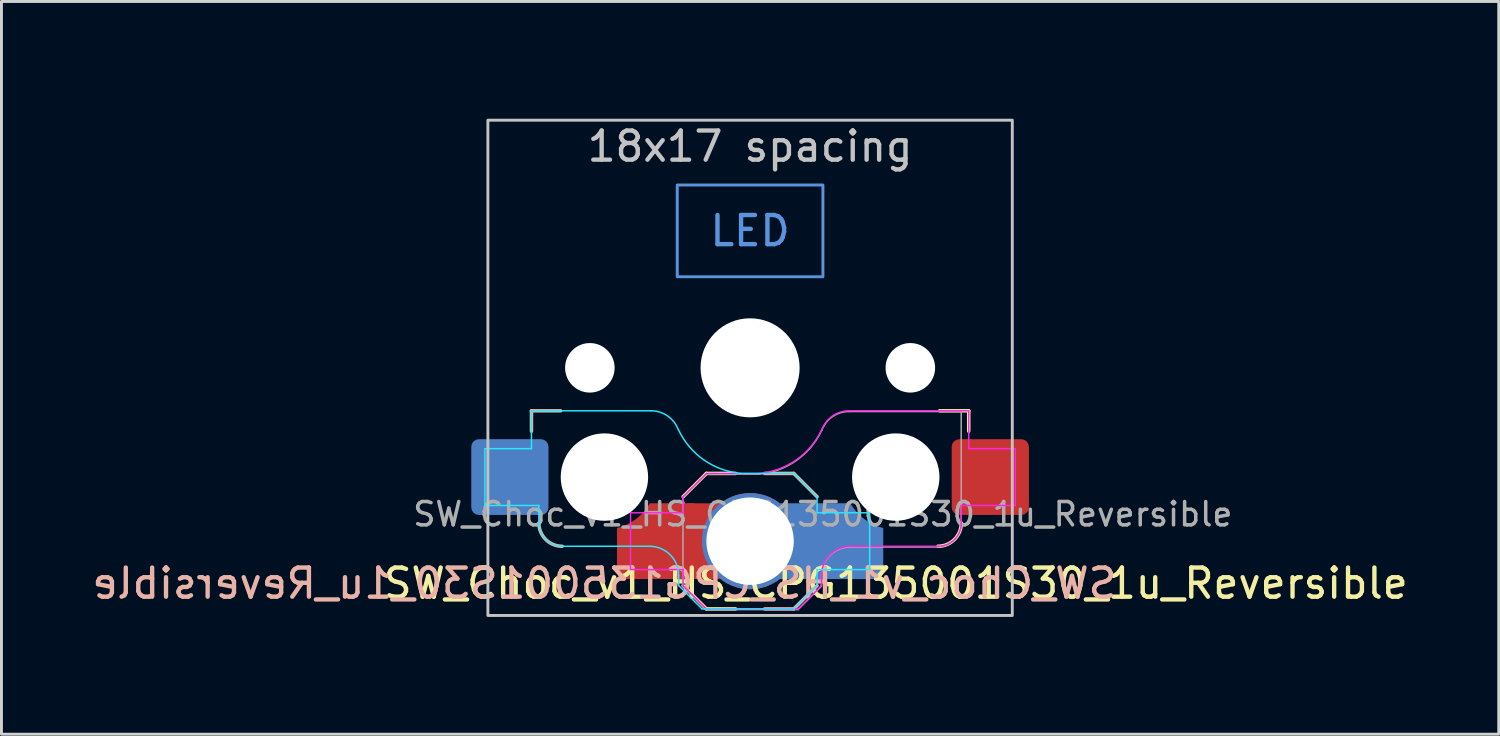
<source format=kicad_pcb>
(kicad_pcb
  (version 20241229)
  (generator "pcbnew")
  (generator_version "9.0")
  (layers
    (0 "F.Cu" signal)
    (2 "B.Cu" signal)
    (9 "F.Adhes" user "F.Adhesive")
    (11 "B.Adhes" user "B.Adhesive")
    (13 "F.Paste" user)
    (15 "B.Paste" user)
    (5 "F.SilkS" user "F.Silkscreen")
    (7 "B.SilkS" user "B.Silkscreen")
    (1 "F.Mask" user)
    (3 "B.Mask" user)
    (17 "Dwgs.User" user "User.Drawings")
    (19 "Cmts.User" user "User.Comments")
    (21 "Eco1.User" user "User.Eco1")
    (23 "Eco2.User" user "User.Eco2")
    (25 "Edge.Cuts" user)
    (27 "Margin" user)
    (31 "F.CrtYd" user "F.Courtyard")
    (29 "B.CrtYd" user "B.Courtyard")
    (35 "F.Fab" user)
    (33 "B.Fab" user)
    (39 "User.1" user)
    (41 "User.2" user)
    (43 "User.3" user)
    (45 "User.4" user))
  (footprint "SW_Choc_v1_HS_CPG135001S30_1u_Reversible"
    (layer "F.Cu")
    (at 22.696 9.575)
    (property "Reference" "SW_Choc_v1_HS_CPG135001S30_1u_Reversible" (at 5 7.4 180) (layer "F.SilkS") (effects (font (size 1 1) (thickness 0.15))))
    (attr smd)
    (fp_line (start -2.3 7.475) (end -1.5 8.275) (stroke (width 0.12) (type solid)) (layer "F.SilkS"))
    (fp_line (start -1.5 3.625) (end -2.3 4.425) (stroke (width 0.12) (type solid)) (layer "F.SilkS"))
    (fp_line (start -1.5 3.625) (end -0.5 3.625) (stroke (width 0.12) (type solid)) (layer "F.SilkS"))
    (fp_line (start -1.5 8.275) (end -0.5 8.275) (stroke (width 0.12) (type solid)) (layer "F.SilkS"))
    (fp_line (start 7.504 1.475) (end 6.504 1.475) (stroke (width 0.12) (type solid)) (layer "F.SilkS"))
    (fp_line (start 7.504 1.475) (end 7.504 2.175) (stroke (width 0.12) (type solid)) (layer "F.SilkS"))
    (fp_arc (start 7.25 5.325) (mid 7.015685 5.890685) (end 6.45 6.125) (stroke (width 0.12) (type solid)) (layer "F.SilkS"))
    (fp_line (start -7.504 1.475) (end -7.504 2.175) (stroke (width 0.12) (type solid)) (layer "B.SilkS"))
    (fp_line (start -7.504 1.475) (end -6.504 1.475) (stroke (width 0.12) (type solid)) (layer "B.SilkS"))
    (fp_line (start 1.5 3.625) (end 0.5 3.625) (stroke (width 0.12) (type solid)) (layer "B.SilkS"))
    (fp_line (start 1.5 3.625) (end 2.3 4.425) (stroke (width 0.12) (type solid)) (layer "B.SilkS"))
    (fp_line (start 1.5 8.275) (end 0.5 8.275) (stroke (width 0.12) (type solid)) (layer "B.SilkS"))
    (fp_line (start 2.3 7.475) (end 1.5 8.275) (stroke (width 0.12) (type solid)) (layer "B.SilkS"))
    (fp_arc (start -6.45 6.125) (mid -7.015685 5.890685) (end -7.25 5.325) (stroke (width 0.12) (type solid)) (layer "B.SilkS"))
    (fp_rect (start -9 -8.5) (end 9 8.5) (stroke (width 0.1) (type default)) (fill no) (layer "Dwgs.User"))
    (fp_rect (start -2.5 -6.275) (end 2.5 -3.125) (stroke (width 0.1) (type default)) (fill no) (layer "Cmts.User"))
    (fp_rect (start -9.525 -9.525) (end 9.525 9.525) (stroke (width 0.1) (type default)) (fill no) (layer "Eco1.User"))
    (fp_line (start -6.95 -6.45) (end -6.95 6.45) (stroke (width 0.05) (type solid)) (layer "Eco2.User"))
    (fp_line (start -6.45 6.95) (end 6.45 6.95) (stroke (width 0.05) (type solid)) (layer "Eco2.User"))
    (fp_line (start 6.45 -6.95) (end -6.45 -6.95) (stroke (width 0.05) (type solid)) (layer "Eco2.User"))
    (fp_line (start 6.95 6.45) (end 6.95 -6.45) (stroke (width 0.05) (type solid)) (layer "Eco2.User"))
    (fp_arc (start -6.95 -6.45) (mid -6.803553 -6.803553) (end -6.45 -6.95) (stroke (width 0.05) (type solid)) (layer "Eco2.User"))
    (fp_arc (start -6.45 6.95) (mid -6.803553 6.803553) (end -6.95 6.45) (stroke (width 0.05) (type solid)) (layer "Eco2.User"))
    (fp_arc (start 6.45 -6.95) (mid 6.803553 -6.803553) (end 6.95 -6.45) (stroke (width 0.05) (type solid)) (layer "Eco2.User"))
    (fp_arc (start 6.95 6.45) (mid 6.803553 6.803553) (end 6.45 6.95) (stroke (width 0.05) (type solid)) (layer "Eco2.User"))
    (fp_line (start -9.104 2.775) (end -7.504 2.775) (stroke (width 0.05) (type solid)) (layer "B.CrtYd"))
    (fp_line (start -9.104 4.725) (end -9.104 2.775) (stroke (width 0.05) (type solid)) (layer "B.CrtYd"))
    (fp_line (start -7.504 1.475) (end -7.504 2.175) (stroke (width 0.05) (type solid)) (layer "B.CrtYd"))
    (fp_line (start -7.504 1.475) (end -3.4 1.475) (stroke (width 0.05) (type solid)) (layer "B.CrtYd"))
    (fp_line (start -7.504 2.175) (end -7.504 2.775) (stroke (width 0.05) (type solid)) (layer "B.CrtYd"))
    (fp_line (start -7.25 4.725) (end -9.104 4.725) (stroke (width 0.05) (type solid)) (layer "B.CrtYd"))
    (fp_line (start -7.25 5.325) (end -7.25 4.725) (stroke (width 0.05) (type solid)) (layer "B.CrtYd"))
    (fp_line (start -3.45 6.125) (end -6.45 6.125) (stroke (width 0.05) (type solid)) (layer "B.CrtYd"))
    (fp_line (start -2.45 7.475) (end -2.45 7.125) (stroke (width 0.05) (type solid)) (layer "B.CrtYd"))
    (fp_line (start -2.45 7.475) (end -1.65 8.275) (stroke (width 0.05) (type solid)) (layer "B.CrtYd"))
    (fp_line (start 1.5 3.625) (end -0.3 3.625) (stroke (width 0.05) (type solid)) (layer "B.CrtYd"))
    (fp_line (start 1.5 3.625) (end 2.3 4.425) (stroke (width 0.05) (type solid)) (layer "B.CrtYd"))
    (fp_line (start 1.5 8.275) (end -1.65 8.275) (stroke (width 0.05) (type solid)) (layer "B.CrtYd"))
    (fp_line (start 2.3 4.975) (end 2.3 4.425) (stroke (width 0.05) (type solid)) (layer "B.CrtYd"))
    (fp_line (start 2.3 7.475) (end 1.5 8.275) (stroke (width 0.05) (type solid)) (layer "B.CrtYd"))
    (fp_line (start 2.3 7.475) (end 2.3 6.925) (stroke (width 0.05) (type solid)) (layer "B.CrtYd"))
    (fp_line (start 4.104 4.975) (end 2.3 4.975) (stroke (width 0.05) (type solid)) (layer "B.CrtYd"))
    (fp_line (start 4.104 4.975) (end 4.104 6.925) (stroke (width 0.05) (type solid)) (layer "B.CrtYd"))
    (fp_line (start 4.104 6.925) (end 2.3 6.925) (stroke (width 0.05) (type solid)) (layer "B.CrtYd"))
    (fp_arc (start -6.45 6.125) (mid -7.015685 5.890685) (end -7.25 5.325) (stroke (width 0.05) (type solid)) (layer "B.CrtYd"))
    (fp_arc (start -3.45 6.125) (mid -2.742893 6.417893) (end -2.45 7.125) (stroke (width 0.05) (type solid)) (layer "B.CrtYd"))
    (fp_arc (start -3.4 1.475) (mid -2.826423 1.655848) (end -2.460307 2.13298) (stroke (width 0.05) (type solid)) (layer "B.CrtYd"))
    (fp_arc (start -0.299999 3.624999) (mid -1.577272 3.167235) (end -2.455444 2.13293) (stroke (width 0.05) (type solid)) (layer "B.CrtYd"))
    (fp_line (start -4.104 4.975) (end -4.104 6.925) (stroke (width 0.05) (type solid)) (layer "F.CrtYd"))
    (fp_line (start -4.104 4.975) (end -2.3 4.975) (stroke (width 0.05) (type solid)) (layer "F.CrtYd"))
    (fp_line (start -4.104 6.925) (end -2.3 6.925) (stroke (width 0.05) (type solid)) (layer "F.CrtYd"))
    (fp_line (start -2.3 4.975) (end -2.3 4.425) (stroke (width 0.05) (type solid)) (layer "F.CrtYd"))
    (fp_line (start -2.3 7.475) (end -2.3 6.925) (stroke (width 0.05) (type solid)) (layer "F.CrtYd"))
    (fp_line (start -2.3 7.475) (end -1.5 8.275) (stroke (width 0.05) (type solid)) (layer "F.CrtYd"))
    (fp_line (start -1.5 3.625) (end -2.3 4.425) (stroke (width 0.05) (type solid)) (layer "F.CrtYd"))
    (fp_line (start -1.5 3.625) (end 0.3 3.625) (stroke (width 0.05) (type solid)) (layer "F.CrtYd"))
    (fp_line (start -1.5 8.275) (end 1.65 8.275) (stroke (width 0.05) (type solid)) (layer "F.CrtYd"))
    (fp_line (start 2.45 7.475) (end 1.65 8.275) (stroke (width 0.05) (type solid)) (layer "F.CrtYd"))
    (fp_line (start 2.45 7.475) (end 2.45 7.125) (stroke (width 0.05) (type solid)) (layer "F.CrtYd"))
    (fp_line (start 3.45 6.125) (end 6.45 6.125) (stroke (width 0.05) (type solid)) (layer "F.CrtYd"))
    (fp_line (start 7.25 4.725) (end 9.104 4.725) (stroke (width 0.05) (type solid)) (layer "F.CrtYd"))
    (fp_line (start 7.25 5.325) (end 7.25 4.725) (stroke (width 0.05) (type solid)) (layer "F.CrtYd"))
    (fp_line (start 7.504 1.475) (end 3.4 1.475) (stroke (width 0.05) (type solid)) (layer "F.CrtYd"))
    (fp_line (start 7.504 1.475) (end 7.504 2.175) (stroke (width 0.05) (type solid)) (layer "F.CrtYd"))
    (fp_line (start 7.504 2.175) (end 7.504 2.775) (stroke (width 0.05) (type solid)) (layer "F.CrtYd"))
    (fp_line (start 9.104 2.775) (end 7.504 2.775) (stroke (width 0.05) (type solid)) (layer "F.CrtYd"))
    (fp_line (start 9.104 4.725) (end 9.104 2.775) (stroke (width 0.05) (type solid)) (layer "F.CrtYd"))
    (fp_arc (start 2.45 7.125) (mid 2.742893 6.417893) (end 3.45 6.125) (stroke (width 0.05) (type solid)) (layer "F.CrtYd"))
    (fp_arc (start 2.455444 2.13293) (mid 1.577272 3.167235) (end 0.299999 3.624999) (stroke (width 0.05) (type solid)) (layer "F.CrtYd"))
    (fp_arc (start 2.460307 2.13298) (mid 2.826423 1.655848) (end 3.4 1.475) (stroke (width 0.05) (type solid)) (layer "F.CrtYd"))
    (fp_arc (start 7.25 5.325) (mid 7.015685 5.890685) (end 6.45 6.125) (stroke (width 0.05) (type solid)) (layer "F.CrtYd"))
    (fp_line (start -2.304 7.5) (end -2.304 4.45) (stroke (width 0.05) (type solid)) (layer "F.Fab"))
    (fp_line (start -2.304 7.5) (end -1.504 8.3) (stroke (width 0.05) (type solid)) (layer "F.Fab"))
    (fp_line (start -1.504 3.65) (end -2.304 4.45) (stroke (width 0.05) (type solid)) (layer "F.Fab"))
    (fp_line (start -1.504 3.65) (end 0.296 3.65) (stroke (width 0.05) (type solid)) (layer "F.Fab"))
    (fp_line (start -1.504 8.3) (end 1.646 8.3) (stroke (width 0.05) (type solid)) (layer "F.Fab"))
    (fp_line (start 2.446 7.5) (end 1.646 8.3) (stroke (width 0.05) (type solid)) (layer "F.Fab"))
    (fp_line (start 2.446 7.5) (end 2.446 7.15) (stroke (width 0.05) (type solid)) (layer "F.Fab"))
    (fp_line (start 3.446 6.15) (end 6.446 6.15) (stroke (width 0.05) (type solid)) (layer "F.Fab"))
    (fp_line (start 7.246 1.5) (end 3.396 1.5) (stroke (width 0.05) (type solid)) (layer "F.Fab"))
    (fp_line (start 7.246 5.35) (end 7.246 1.5) (stroke (width 0.05) (type solid)) (layer "F.Fab"))
    (fp_arc (start 2.446 7.15) (mid 2.738893 6.442893) (end 3.446 6.15) (stroke (width 0.05) (type solid)) (layer "F.Fab"))
    (fp_arc (start 2.451444 2.15793) (mid 1.573272 3.192235) (end 0.295999 3.649999) (stroke (width 0.05) (type solid)) (layer "F.Fab"))
    (fp_arc (start 2.456307 2.15798) (mid 2.822423 1.680848) (end 3.396 1.5) (stroke (width 0.05) (type solid)) (layer "F.Fab"))
    (fp_arc (start 7.246 5.35) (mid 7.011685 5.915685) (end 6.446 6.15) (stroke (width 0.05) (type solid)) (layer "F.Fab"))
    (fp_line (start -4.57 6.99) (end -4.57 5.498) (stroke (width 0.05) (type solid)) (layer "User.4"))
    (fp_line (start -4.31 7.25) (end -1.92 7.25) (stroke (width 0.05) (type solid)) (layer "User.4"))
    (fp_line (start -1.92 4.65) (end -3.441 4.65) (stroke (width 0.05) (type solid)) (layer "User.4"))
    (fp_line (start -1.92 7.25) (end -1.92 4.65) (stroke (width 0.05) (type solid)) (layer "User.4"))
    (fp_arc (start -4.31 7.25) (mid -4.493848 7.173848) (end -4.57 6.99) (stroke (width 0.05) (type solid)) (layer "User.4"))
    (fp_arc (start -3.441155 4.65) (mid -3.727208 5.022792) (end -4.57 5.497884) (stroke (width 0.05) (type solid)) (layer "User.4"))
    (fp_text user "${REFERENCE}" (at -5 7.4 0) (unlocked yes) (layer "B.SilkS") (effects (font (size 1 1) (thickness 0.15)) (justify mirror)))
    (fp_text user "18x17 spacing" (at 0 -7.6 180) (layer "Dwgs.User") (effects (font (size 1 1) (thickness 0.15))))
    (fp_text user "LED" (at 0 -4.7 0) (unlocked yes) (layer "Cmts.User") (effects (font (size 1 1) (thickness 0.15))))
    (fp_text user "19.05 spacing" (at 0 -8.7 180) (layer "Eco1.User") (effects (font (size 1 1) (thickness 0.15))))
    (fp_text user "${REFERENCE}" (at 2.496 5.025 0) (layer "F.Fab") (effects (font (size 0.8 0.8) (thickness 0.12))))
    (pad "" np_thru_hole circle (at -5.5 0 180) (size 1.7 1.7) (drill 1.7) (layers "*.Cu" "*.Mask"))
    (pad "" np_thru_hole circle (at -5 3.75) (size 3 3) (drill 3) (layers "*.Cu" "*.Mask"))
    (pad "" np_thru_hole circle (at 0 0 180) (size 3.4 3.4) (drill 3.4) (layers "*.Cu" "*.Mask"))
    (pad "" np_thru_hole circle (at 5 3.75) (size 3 3) (drill 3) (layers "*.Cu" "*.Mask"))
    (pad "" np_thru_hole circle (at 5.5 0 180) (size 1.7 1.7) (drill 1.7) (layers "*.Cu" "*.Mask"))
    (pad "1" smd roundrect (at -8.245 3.75) (size 2.65 2.6) (layers "B.Cu" "B.Mask" "B.Paste") (roundrect_rratio 0.1))
    (pad "1" smd roundrect (at 8.245 3.75) (size 2.65 2.6) (layers "F.Cu" "F.Mask" "F.Paste") (roundrect_rratio 0.1))
    (pad "2" smd custom (at -3.245 5.95) (size 1 1) (layers "F.Cu" "F.Mask" "F.Paste") (options (anchor circle)) (primitives (gr_poly (pts (arc (start -1.325 -0.452116) (mid -0.482208 -0.927208) (end -0.196155 -1.3)) (xy 1.325 -1.3) (xy 1.325 1.3) (arc (start -1.065 1.3) (mid -1.248848 1.223848) (end -1.325 1.04))) (width 0) (fill yes))))
    (pad "2" smd rect (at -1.55 5.95 180) (size 1.2 2.6) (layers "F.Cu"))
    (pad "2" thru_hole circle (at 0 5.95) (size 3.3 3.3) (drill 3) (layers "*.Cu" "F.Mask"))
    (pad "2" smd rect (at 1.55 5.95 180) (size 1.2 2.6) (layers "B.Cu"))
    (pad "2" smd custom (at 3.245 5.95) (size 1 1) (layers "B.Cu" "B.Mask" "B.Paste") (options (anchor circle)) (primitives (gr_poly (pts (arc (start 1.325 -0.452116) (mid 0.482208 -0.927208) (end 0.196155 -1.3)) (xy -1.325 -1.3) (xy -1.325 1.3) (arc (start 1.065 1.3) (mid 1.248848 1.223848) (end 1.325 1.04))) (width 0) (fill yes)))))
  (gr_rect
    (start -3 -3)
    (end 48.393 22.15)
    (stroke (width 0.1) (type default))
    (fill no)
    (layer "Edge.Cuts")))
</source>
